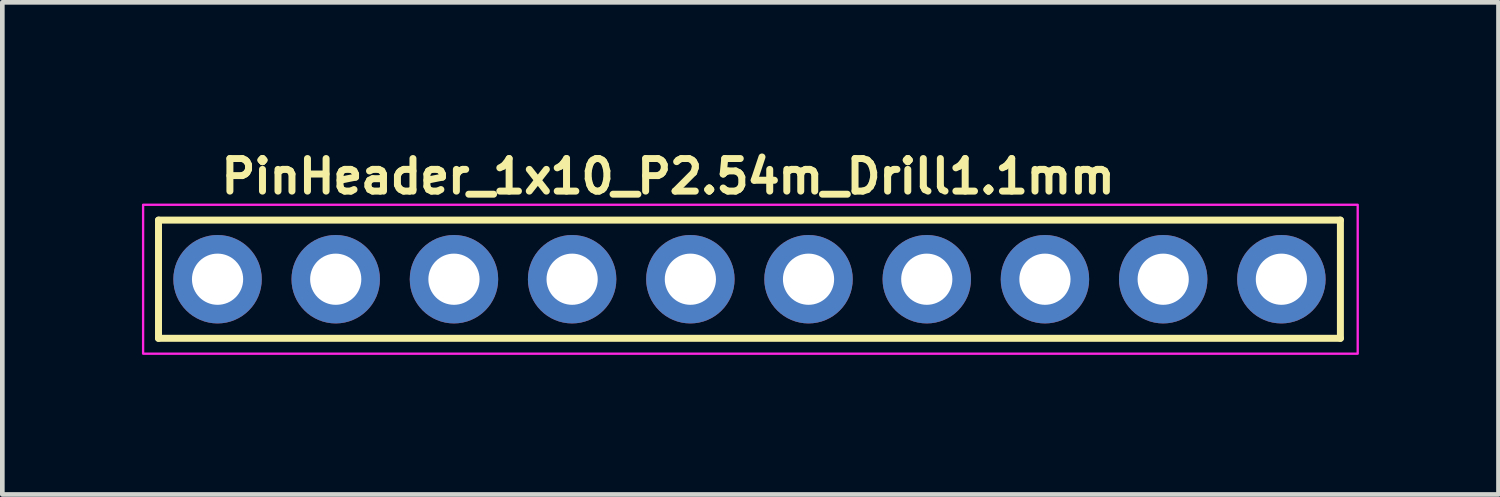
<source format=kicad_pcb>
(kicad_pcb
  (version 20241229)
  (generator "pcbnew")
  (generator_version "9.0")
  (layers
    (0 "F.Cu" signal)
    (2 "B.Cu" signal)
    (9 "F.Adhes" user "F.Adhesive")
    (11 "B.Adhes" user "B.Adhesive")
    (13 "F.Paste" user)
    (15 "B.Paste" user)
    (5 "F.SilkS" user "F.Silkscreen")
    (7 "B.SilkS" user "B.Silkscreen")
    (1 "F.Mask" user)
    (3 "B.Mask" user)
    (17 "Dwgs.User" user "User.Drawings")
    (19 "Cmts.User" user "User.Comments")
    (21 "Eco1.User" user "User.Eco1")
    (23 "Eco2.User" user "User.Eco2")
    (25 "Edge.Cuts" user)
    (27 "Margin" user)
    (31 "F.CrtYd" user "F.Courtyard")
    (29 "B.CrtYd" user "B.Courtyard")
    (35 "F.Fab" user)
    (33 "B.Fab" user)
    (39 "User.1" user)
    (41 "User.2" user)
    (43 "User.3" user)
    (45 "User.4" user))
  (footprint "PinHeader_1x10_P2.54m_Drill1.1mm"
    (layer "F.Cu")
    (at 1.625 2.95)
    (property "Reference" "PinHeader_1x10_P2.54m_Drill1.1mm" (at 0 -1.8 0) (layer "F.SilkS") (effects (font (size 0.7 0.7) (thickness 0.15)) (justify left bottom)))
    (attr through_hole)
    (fp_line (start -1.269 -1.27) (end -1.269 1.27) (stroke (width 0.15) (type solid)) (layer "F.SilkS"))
    (fp_line (start -1.269 1.27) (end 24.128 1.27) (stroke (width 0.15) (type solid)) (layer "F.SilkS"))
    (fp_line (start 24.128 -1.27) (end -1.269 -1.27) (stroke (width 0.15) (type solid)) (layer "F.SilkS"))
    (fp_line (start 24.128 1.27) (end 24.128 -1.27) (stroke (width 0.15) (type solid)) (layer "F.SilkS"))
    (fp_rect (start -1.6 -1.6) (end 24.5 1.6) (stroke (width 0.05) (type solid)) (fill no) (layer "F.CrtYd"))
    (fp_rect (start -1.269 -1.27) (end 24.128 1.27) (stroke (width 0.1) (type solid)) (fill no) (layer "User.5"))
    (fp_line (start -1.269 0.77) (end -1.269 -0.77) (stroke (width 0.02) (type solid)) (layer "User.9"))
    (fp_line (start -1.269 0.77) (end -1.019 1.27) (stroke (width 0.02) (type solid)) (layer "User.9"))
    (fp_line (start -1.019 -1.27) (end -1.269 -0.77) (stroke (width 0.02) (type solid)) (layer "User.9"))
    (fp_line (start -0.32 -0.32) (end -0.12 -0.12) (stroke (width 0.02) (type solid)) (layer "User.9"))
    (fp_line (start -0.32 -0.32) (end 0.32 -0.32) (stroke (width 0.02) (type solid)) (layer "User.9"))
    (fp_line (start -0.32 0.32) (end -0.32 -0.32) (stroke (width 0.02) (type solid)) (layer "User.9"))
    (fp_line (start -0.12 -0.12) (end -0.12 0.12) (stroke (width 0.02) (type solid)) (layer "User.9"))
    (fp_line (start -0.12 0.12) (end -0.32 0.32) (stroke (width 0.02) (type solid)) (layer "User.9"))
    (fp_line (start -0.12 0.12) (end 0.119 0.12) (stroke (width 0.02) (type solid)) (layer "User.9"))
    (fp_line (start 0.119 -0.12) (end -0.12 -0.12) (stroke (width 0.02) (type solid)) (layer "User.9"))
    (fp_line (start 0.119 -0.12) (end 0.32 -0.32) (stroke (width 0.02) (type solid)) (layer "User.9"))
    (fp_line (start 0.119 0.12) (end 0.119 -0.12) (stroke (width 0.02) (type solid)) (layer "User.9"))
    (fp_line (start 0.119 0.12) (end 0.32 0.32) (stroke (width 0.02) (type solid)) (layer "User.9"))
    (fp_line (start 0.32 -0.32) (end 0.32 0.32) (stroke (width 0.02) (type solid)) (layer "User.9"))
    (fp_line (start 0.32 0.32) (end -0.32 0.32) (stroke (width 0.02) (type solid)) (layer "User.9"))
    (fp_line (start 1.019 -1.27) (end -1.019 -1.27) (stroke (width 0.02) (type solid)) (layer "User.9"))
    (fp_line (start 1.019 1.27) (end -1.019 1.27) (stroke (width 0.02) (type solid)) (layer "User.9"))
    (fp_line (start 1.019 1.27) (end 1.269 0.77) (stroke (width 0.02) (type solid)) (layer "User.9"))
    (fp_line (start 1.269 -0.77) (end 1.019 -1.27) (stroke (width 0.02) (type solid)) (layer "User.9"))
    (fp_line (start 1.269 0.77) (end 1.519 1.27) (stroke (width 0.02) (type solid)) (layer "User.9"))
    (fp_line (start 1.519 -1.27) (end 1.269 -0.77) (stroke (width 0.02) (type solid)) (layer "User.9"))
    (fp_line (start 2.219 -0.32) (end 2.42 -0.12) (stroke (width 0.02) (type solid)) (layer "User.9"))
    (fp_line (start 2.219 -0.32) (end 2.859 -0.32) (stroke (width 0.02) (type solid)) (layer "User.9"))
    (fp_line (start 2.219 0.32) (end 2.219 -0.32) (stroke (width 0.02) (type solid)) (layer "User.9"))
    (fp_line (start 2.42 -0.12) (end 2.42 0.12) (stroke (width 0.02) (type solid)) (layer "User.9"))
    (fp_line (start 2.42 0.12) (end 2.219 0.32) (stroke (width 0.02) (type solid)) (layer "User.9"))
    (fp_line (start 2.42 0.12) (end 2.66 0.12) (stroke (width 0.02) (type solid)) (layer "User.9"))
    (fp_line (start 2.66 -0.12) (end 2.42 -0.12) (stroke (width 0.02) (type solid)) (layer "User.9"))
    (fp_line (start 2.66 -0.12) (end 2.859 -0.32) (stroke (width 0.02) (type solid)) (layer "User.9"))
    (fp_line (start 2.66 0.12) (end 2.66 -0.12) (stroke (width 0.02) (type solid)) (layer "User.9"))
    (fp_line (start 2.66 0.12) (end 2.859 0.32) (stroke (width 0.02) (type solid)) (layer "User.9"))
    (fp_line (start 2.859 -0.32) (end 2.859 0.32) (stroke (width 0.02) (type solid)) (layer "User.9"))
    (fp_line (start 2.859 0.32) (end 2.219 0.32) (stroke (width 0.02) (type solid)) (layer "User.9"))
    (fp_line (start 3.559 -1.27) (end 1.519 -1.27) (stroke (width 0.02) (type solid)) (layer "User.9"))
    (fp_line (start 3.559 1.27) (end 1.519 1.27) (stroke (width 0.02) (type solid)) (layer "User.9"))
    (fp_line (start 3.559 1.27) (end 3.809 0.77) (stroke (width 0.02) (type solid)) (layer "User.9"))
    (fp_line (start 3.809 -0.77) (end 3.559 -1.27) (stroke (width 0.02) (type solid)) (layer "User.9"))
    (fp_line (start 3.809 0.77) (end 4.059 1.27) (stroke (width 0.02) (type solid)) (layer "User.9"))
    (fp_line (start 4.059 -1.27) (end 3.809 -0.77) (stroke (width 0.02) (type solid)) (layer "User.9"))
    (fp_line (start 4.76 -0.32) (end 4.96 -0.12) (stroke (width 0.02) (type solid)) (layer "User.9"))
    (fp_line (start 4.76 -0.32) (end 5.399 -0.32) (stroke (width 0.02) (type solid)) (layer "User.9"))
    (fp_line (start 4.76 0.32) (end 4.76 -0.32) (stroke (width 0.02) (type solid)) (layer "User.9"))
    (fp_line (start 4.96 -0.12) (end 4.96 0.12) (stroke (width 0.02) (type solid)) (layer "User.9"))
    (fp_line (start 4.96 0.12) (end 4.76 0.32) (stroke (width 0.02) (type solid)) (layer "User.9"))
    (fp_line (start 4.96 0.12) (end 5.199 0.12) (stroke (width 0.02) (type solid)) (layer "User.9"))
    (fp_line (start 5.199 -0.12) (end 4.96 -0.12) (stroke (width 0.02) (type solid)) (layer "User.9"))
    (fp_line (start 5.199 -0.12) (end 5.399 -0.32) (stroke (width 0.02) (type solid)) (layer "User.9"))
    (fp_line (start 5.199 0.12) (end 5.199 -0.12) (stroke (width 0.02) (type solid)) (layer "User.9"))
    (fp_line (start 5.199 0.12) (end 5.399 0.32) (stroke (width 0.02) (type solid)) (layer "User.9"))
    (fp_line (start 5.399 -0.32) (end 5.399 0.32) (stroke (width 0.02) (type solid)) (layer "User.9"))
    (fp_line (start 5.399 0.32) (end 4.76 0.32) (stroke (width 0.02) (type solid)) (layer "User.9"))
    (fp_line (start 6.099 -1.27) (end 4.059 -1.27) (stroke (width 0.02) (type solid)) (layer "User.9"))
    (fp_line (start 6.099 1.27) (end 4.059 1.27) (stroke (width 0.02) (type solid)) (layer "User.9"))
    (fp_line (start 6.099 1.27) (end 6.349 0.77) (stroke (width 0.02) (type solid)) (layer "User.9"))
    (fp_line (start 6.349 -0.77) (end 6.099 -1.27) (stroke (width 0.02) (type solid)) (layer "User.9"))
    (fp_line (start 6.349 0.77) (end 6.599 1.27) (stroke (width 0.02) (type solid)) (layer "User.9"))
    (fp_line (start 6.599 -1.27) (end 6.349 -0.77) (stroke (width 0.02) (type solid)) (layer "User.9"))
    (fp_line (start 7.3 -0.32) (end 7.5 -0.12) (stroke (width 0.02) (type solid)) (layer "User.9"))
    (fp_line (start 7.3 -0.32) (end 7.939 -0.32) (stroke (width 0.02) (type solid)) (layer "User.9"))
    (fp_line (start 7.3 0.32) (end 7.3 -0.32) (stroke (width 0.02) (type solid)) (layer "User.9"))
    (fp_line (start 7.5 -0.12) (end 7.5 0.12) (stroke (width 0.02) (type solid)) (layer "User.9"))
    (fp_line (start 7.5 0.12) (end 7.3 0.32) (stroke (width 0.02) (type solid)) (layer "User.9"))
    (fp_line (start 7.5 0.12) (end 7.74 0.12) (stroke (width 0.02) (type solid)) (layer "User.9"))
    (fp_line (start 7.74 -0.12) (end 7.5 -0.12) (stroke (width 0.02) (type solid)) (layer "User.9"))
    (fp_line (start 7.74 -0.12) (end 7.939 -0.32) (stroke (width 0.02) (type solid)) (layer "User.9"))
    (fp_line (start 7.74 0.12) (end 7.74 -0.12) (stroke (width 0.02) (type solid)) (layer "User.9"))
    (fp_line (start 7.74 0.12) (end 7.939 0.32) (stroke (width 0.02) (type solid)) (layer "User.9"))
    (fp_line (start 7.939 -0.32) (end 7.939 0.32) (stroke (width 0.02) (type solid)) (layer "User.9"))
    (fp_line (start 7.939 0.32) (end 7.3 0.32) (stroke (width 0.02) (type solid)) (layer "User.9"))
    (fp_line (start 8.64 -1.27) (end 6.599 -1.27) (stroke (width 0.02) (type solid)) (layer "User.9"))
    (fp_line (start 8.64 1.27) (end 6.599 1.27) (stroke (width 0.02) (type solid)) (layer "User.9"))
    (fp_line (start 8.64 1.27) (end 8.89 0.77) (stroke (width 0.02) (type solid)) (layer "User.9"))
    (fp_line (start 8.89 -0.77) (end 8.64 -1.27) (stroke (width 0.02) (type solid)) (layer "User.9"))
    (fp_line (start 8.89 0.77) (end 9.14 1.27) (stroke (width 0.02) (type solid)) (layer "User.9"))
    (fp_line (start 9.14 -1.27) (end 8.89 -0.77) (stroke (width 0.02) (type solid)) (layer "User.9"))
    (fp_line (start 9.84 -0.32) (end 10.041 -0.12) (stroke (width 0.02) (type solid)) (layer "User.9"))
    (fp_line (start 9.84 -0.32) (end 10.481 -0.32) (stroke (width 0.02) (type solid)) (layer "User.9"))
    (fp_line (start 9.84 0.32) (end 9.84 -0.32) (stroke (width 0.02) (type solid)) (layer "User.9"))
    (fp_line (start 10.041 -0.12) (end 10.041 0.12) (stroke (width 0.02) (type solid)) (layer "User.9"))
    (fp_line (start 10.041 0.12) (end 9.84 0.32) (stroke (width 0.02) (type solid)) (layer "User.9"))
    (fp_line (start 10.041 0.12) (end 10.28 0.12) (stroke (width 0.02) (type solid)) (layer "User.9"))
    (fp_line (start 10.28 -0.12) (end 10.041 -0.12) (stroke (width 0.02) (type solid)) (layer "User.9"))
    (fp_line (start 10.28 -0.12) (end 10.481 -0.32) (stroke (width 0.02) (type solid)) (layer "User.9"))
    (fp_line (start 10.28 0.12) (end 10.28 -0.12) (stroke (width 0.02) (type solid)) (layer "User.9"))
    (fp_line (start 10.28 0.12) (end 10.481 0.32) (stroke (width 0.02) (type solid)) (layer "User.9"))
    (fp_line (start 10.481 -0.32) (end 10.481 0.32) (stroke (width 0.02) (type solid)) (layer "User.9"))
    (fp_line (start 10.481 0.32) (end 9.84 0.32) (stroke (width 0.02) (type solid)) (layer "User.9"))
    (fp_line (start 11.18 -1.27) (end 9.14 -1.27) (stroke (width 0.02) (type solid)) (layer "User.9"))
    (fp_line (start 11.18 1.27) (end 9.14 1.27) (stroke (width 0.02) (type solid)) (layer "User.9"))
    (fp_line (start 11.18 1.27) (end 11.43 0.77) (stroke (width 0.02) (type solid)) (layer "User.9"))
    (fp_line (start 11.43 -0.77) (end 11.18 -1.27) (stroke (width 0.02) (type solid)) (layer "User.9"))
    (fp_line (start 11.43 0.77) (end 11.68 1.27) (stroke (width 0.02) (type solid)) (layer "User.9"))
    (fp_line (start 11.68 -1.27) (end 11.43 -0.77) (stroke (width 0.02) (type solid)) (layer "User.9"))
    (fp_line (start 12.379 -0.32) (end 12.58 -0.12) (stroke (width 0.02) (type solid)) (layer "User.9"))
    (fp_line (start 12.379 -0.32) (end 13.02 -0.32) (stroke (width 0.02) (type solid)) (layer "User.9"))
    (fp_line (start 12.379 0.32) (end 12.379 -0.32) (stroke (width 0.02) (type solid)) (layer "User.9"))
    (fp_line (start 12.58 -0.12) (end 12.58 0.12) (stroke (width 0.02) (type solid)) (layer "User.9"))
    (fp_line (start 12.58 0.12) (end 12.379 0.32) (stroke (width 0.02) (type solid)) (layer "User.9"))
    (fp_line (start 12.58 0.12) (end 12.818 0.12) (stroke (width 0.02) (type solid)) (layer "User.9"))
    (fp_line (start 12.818 -0.12) (end 12.58 -0.12) (stroke (width 0.02) (type solid)) (layer "User.9"))
    (fp_line (start 12.818 -0.12) (end 13.02 -0.32) (stroke (width 0.02) (type solid)) (layer "User.9"))
    (fp_line (start 12.818 0.12) (end 12.818 -0.12) (stroke (width 0.02) (type solid)) (layer "User.9"))
    (fp_line (start 12.818 0.12) (end 13.02 0.32) (stroke (width 0.02) (type solid)) (layer "User.9"))
    (fp_line (start 13.02 -0.32) (end 13.02 0.32) (stroke (width 0.02) (type solid)) (layer "User.9"))
    (fp_line (start 13.02 0.32) (end 12.379 0.32) (stroke (width 0.02) (type solid)) (layer "User.9"))
    (fp_line (start 13.719 -1.27) (end 11.68 -1.27) (stroke (width 0.02) (type solid)) (layer "User.9"))
    (fp_line (start 13.719 1.27) (end 11.68 1.27) (stroke (width 0.02) (type solid)) (layer "User.9"))
    (fp_line (start 13.719 1.27) (end 13.969 0.77) (stroke (width 0.02) (type solid)) (layer "User.9"))
    (fp_line (start 13.969 -0.77) (end 13.719 -1.27) (stroke (width 0.02) (type solid)) (layer "User.9"))
    (fp_line (start 13.969 0.77) (end 14.219 1.27) (stroke (width 0.02) (type solid)) (layer "User.9"))
    (fp_line (start 14.219 -1.27) (end 13.969 -0.77) (stroke (width 0.02) (type solid)) (layer "User.9"))
    (fp_line (start 14.92 -0.32) (end 15.119 -0.12) (stroke (width 0.02) (type solid)) (layer "User.9"))
    (fp_line (start 14.92 -0.32) (end 15.559 -0.32) (stroke (width 0.02) (type solid)) (layer "User.9"))
    (fp_line (start 14.92 0.32) (end 14.92 -0.32) (stroke (width 0.02) (type solid)) (layer "User.9"))
    (fp_line (start 15.119 -0.12) (end 15.119 0.12) (stroke (width 0.02) (type solid)) (layer "User.9"))
    (fp_line (start 15.119 0.12) (end 14.92 0.32) (stroke (width 0.02) (type solid)) (layer "User.9"))
    (fp_line (start 15.119 0.12) (end 15.36 0.12) (stroke (width 0.02) (type solid)) (layer "User.9"))
    (fp_line (start 15.36 -0.12) (end 15.119 -0.12) (stroke (width 0.02) (type solid)) (layer "User.9"))
    (fp_line (start 15.36 -0.12) (end 15.559 -0.32) (stroke (width 0.02) (type solid)) (layer "User.9"))
    (fp_line (start 15.36 0.12) (end 15.36 -0.12) (stroke (width 0.02) (type solid)) (layer "User.9"))
    (fp_line (start 15.36 0.12) (end 15.559 0.32) (stroke (width 0.02) (type solid)) (layer "User.9"))
    (fp_line (start 15.559 -0.32) (end 15.559 0.32) (stroke (width 0.02) (type solid)) (layer "User.9"))
    (fp_line (start 15.559 0.32) (end 14.92 0.32) (stroke (width 0.02) (type solid)) (layer "User.9"))
    (fp_line (start 16.259 -1.27) (end 14.219 -1.27) (stroke (width 0.02) (type solid)) (layer "User.9"))
    (fp_line (start 16.259 1.27) (end 14.219 1.27) (stroke (width 0.02) (type solid)) (layer "User.9"))
    (fp_line (start 16.259 1.27) (end 16.509 0.77) (stroke (width 0.02) (type solid)) (layer "User.9"))
    (fp_line (start 16.509 -0.77) (end 16.259 -1.27) (stroke (width 0.02) (type solid)) (layer "User.9"))
    (fp_line (start 16.509 0.77) (end 16.759 1.27) (stroke (width 0.02) (type solid)) (layer "User.9"))
    (fp_line (start 16.759 -1.27) (end 16.509 -0.77) (stroke (width 0.02) (type solid)) (layer "User.9"))
    (fp_line (start 17.46 -0.32) (end 17.66 -0.12) (stroke (width 0.02) (type solid)) (layer "User.9"))
    (fp_line (start 17.46 -0.32) (end 18.1 -0.32) (stroke (width 0.02) (type solid)) (layer "User.9"))
    (fp_line (start 17.46 0.32) (end 17.46 -0.32) (stroke (width 0.02) (type solid)) (layer "User.9"))
    (fp_line (start 17.66 -0.12) (end 17.66 0.12) (stroke (width 0.02) (type solid)) (layer "User.9"))
    (fp_line (start 17.66 0.12) (end 17.46 0.32) (stroke (width 0.02) (type solid)) (layer "User.9"))
    (fp_line (start 17.66 0.12) (end 17.9 0.12) (stroke (width 0.02) (type solid)) (layer "User.9"))
    (fp_line (start 17.9 -0.12) (end 17.66 -0.12) (stroke (width 0.02) (type solid)) (layer "User.9"))
    (fp_line (start 17.9 -0.12) (end 18.1 -0.32) (stroke (width 0.02) (type solid)) (layer "User.9"))
    (fp_line (start 17.9 0.12) (end 17.9 -0.12) (stroke (width 0.02) (type solid)) (layer "User.9"))
    (fp_line (start 17.9 0.12) (end 18.1 0.32) (stroke (width 0.02) (type solid)) (layer "User.9"))
    (fp_line (start 18.1 -0.32) (end 18.1 0.32) (stroke (width 0.02) (type solid)) (layer "User.9"))
    (fp_line (start 18.1 0.32) (end 17.46 0.32) (stroke (width 0.02) (type solid)) (layer "User.9"))
    (fp_line (start 18.8 -1.27) (end 16.759 -1.27) (stroke (width 0.02) (type solid)) (layer "User.9"))
    (fp_line (start 18.8 1.27) (end 16.759 1.27) (stroke (width 0.02) (type solid)) (layer "User.9"))
    (fp_line (start 18.8 1.27) (end 19.05 0.77) (stroke (width 0.02) (type solid)) (layer "User.9"))
    (fp_line (start 19.05 -0.77) (end 18.8 -1.27) (stroke (width 0.02) (type solid)) (layer "User.9"))
    (fp_line (start 19.05 0.77) (end 19.3 1.27) (stroke (width 0.02) (type solid)) (layer "User.9"))
    (fp_line (start 19.3 -1.27) (end 19.05 -0.77) (stroke (width 0.02) (type solid)) (layer "User.9"))
    (fp_line (start 20 -0.32) (end 20.2 -0.12) (stroke (width 0.02) (type solid)) (layer "User.9"))
    (fp_line (start 20 -0.32) (end 20.64 -0.32) (stroke (width 0.02) (type solid)) (layer "User.9"))
    (fp_line (start 20 0.32) (end 20 -0.32) (stroke (width 0.02) (type solid)) (layer "User.9"))
    (fp_line (start 20.2 -0.12) (end 20.2 0.12) (stroke (width 0.02) (type solid)) (layer "User.9"))
    (fp_line (start 20.2 0.12) (end 20 0.32) (stroke (width 0.02) (type solid)) (layer "User.9"))
    (fp_line (start 20.2 0.12) (end 20.439 0.12) (stroke (width 0.02) (type solid)) (layer "User.9"))
    (fp_line (start 20.439 -0.12) (end 20.2 -0.12) (stroke (width 0.02) (type solid)) (layer "User.9"))
    (fp_line (start 20.439 -0.12) (end 20.64 -0.32) (stroke (width 0.02) (type solid)) (layer "User.9"))
    (fp_line (start 20.439 0.12) (end 20.439 -0.12) (stroke (width 0.02) (type solid)) (layer "User.9"))
    (fp_line (start 20.439 0.12) (end 20.64 0.32) (stroke (width 0.02) (type solid)) (layer "User.9"))
    (fp_line (start 20.64 -0.32) (end 20.64 0.32) (stroke (width 0.02) (type solid)) (layer "User.9"))
    (fp_line (start 20.64 0.32) (end 20 0.32) (stroke (width 0.02) (type solid)) (layer "User.9"))
    (fp_line (start 21.34 -1.27) (end 19.3 -1.27) (stroke (width 0.02) (type solid)) (layer "User.9"))
    (fp_line (start 21.34 1.27) (end 19.3 1.27) (stroke (width 0.02) (type solid)) (layer "User.9"))
    (fp_line (start 21.34 1.27) (end 21.59 0.77) (stroke (width 0.02) (type solid)) (layer "User.9"))
    (fp_line (start 21.59 -0.77) (end 21.34 -1.27) (stroke (width 0.02) (type solid)) (layer "User.9"))
    (fp_line (start 21.59 0.77) (end 21.84 1.27) (stroke (width 0.02) (type solid)) (layer "User.9"))
    (fp_line (start 21.84 -1.27) (end 21.59 -0.77) (stroke (width 0.02) (type solid)) (layer "User.9"))
    (fp_line (start 22.54 -0.32) (end 22.74 -0.12) (stroke (width 0.02) (type solid)) (layer "User.9"))
    (fp_line (start 22.54 -0.32) (end 23.18 -0.32) (stroke (width 0.02) (type solid)) (layer "User.9"))
    (fp_line (start 22.54 0.32) (end 22.54 -0.32) (stroke (width 0.02) (type solid)) (layer "User.9"))
    (fp_line (start 22.74 -0.12) (end 22.74 0.12) (stroke (width 0.02) (type solid)) (layer "User.9"))
    (fp_line (start 22.74 0.12) (end 22.54 0.32) (stroke (width 0.02) (type solid)) (layer "User.9"))
    (fp_line (start 22.74 0.12) (end 22.98 0.12) (stroke (width 0.02) (type solid)) (layer "User.9"))
    (fp_line (start 22.98 -0.12) (end 22.74 -0.12) (stroke (width 0.02) (type solid)) (layer "User.9"))
    (fp_line (start 22.98 -0.12) (end 23.18 -0.32) (stroke (width 0.02) (type solid)) (layer "User.9"))
    (fp_line (start 22.98 0.12) (end 22.98 -0.12) (stroke (width 0.02) (type solid)) (layer "User.9"))
    (fp_line (start 22.98 0.12) (end 23.18 0.32) (stroke (width 0.02) (type solid)) (layer "User.9"))
    (fp_line (start 23.18 -0.32) (end 23.18 0.32) (stroke (width 0.02) (type solid)) (layer "User.9"))
    (fp_line (start 23.18 0.32) (end 22.54 0.32) (stroke (width 0.02) (type solid)) (layer "User.9"))
    (fp_line (start 23.878 -1.27) (end 21.84 -1.27) (stroke (width 0.02) (type solid)) (layer "User.9"))
    (fp_line (start 23.878 1.27) (end 21.84 1.27) (stroke (width 0.02) (type solid)) (layer "User.9"))
    (fp_line (start 23.878 1.27) (end 24.128 0.77) (stroke (width 0.02) (type solid)) (layer "User.9"))
    (fp_line (start 24.128 -0.77) (end 23.878 -1.27) (stroke (width 0.02) (type solid)) (layer "User.9"))
    (fp_line (start 24.128 0.77) (end 24.128 -0.77) (stroke (width 0.02) (type solid)) (layer "User.9"))
    (pad "1" thru_hole circle (at 0 0) (size 1.9 1.9) (drill 1.1) (layers "*.Cu" "*.Mask"))
    (pad "2" thru_hole circle (at 2.539 0) (size 1.9 1.9) (drill 1.1) (layers "*.Cu" "*.Mask"))
    (pad "3" thru_hole circle (at 5.08 0) (size 1.9 1.9) (drill 1.1) (layers "*.Cu" "*.Mask"))
    (pad "4" thru_hole circle (at 7.619 0) (size 1.9 1.9) (drill 1.1) (layers "*.Cu" "*.Mask"))
    (pad "5" thru_hole circle (at 10.16 0) (size 1.9 1.9) (drill 1.1) (layers "*.Cu" "*.Mask"))
    (pad "6" thru_hole circle (at 12.699 0) (size 1.9 1.9) (drill 1.1) (layers "*.Cu" "*.Mask"))
    (pad "7" thru_hole circle (at 15.24 0) (size 1.9 1.9) (drill 1.1) (layers "*.Cu" "*.Mask"))
    (pad "8" thru_hole circle (at 17.779 0) (size 1.9 1.9) (drill 1.1) (layers "*.Cu" "*.Mask"))
    (pad "9" thru_hole circle (at 20.32 0 180) (size 1.9 1.9) (drill 1.1) (layers "*.Cu" "*.Mask"))
    (pad "10" thru_hole circle (at 22.86 0 180) (size 1.9 1.9) (drill 1.1) (layers "*.Cu" "*.Mask")))
  (gr_rect
    (start -3 -3)
    (end 29.15 7.575)
    (stroke (width 0.1) (type default))
    (fill no)
    (layer "Edge.Cuts")))
</source>
